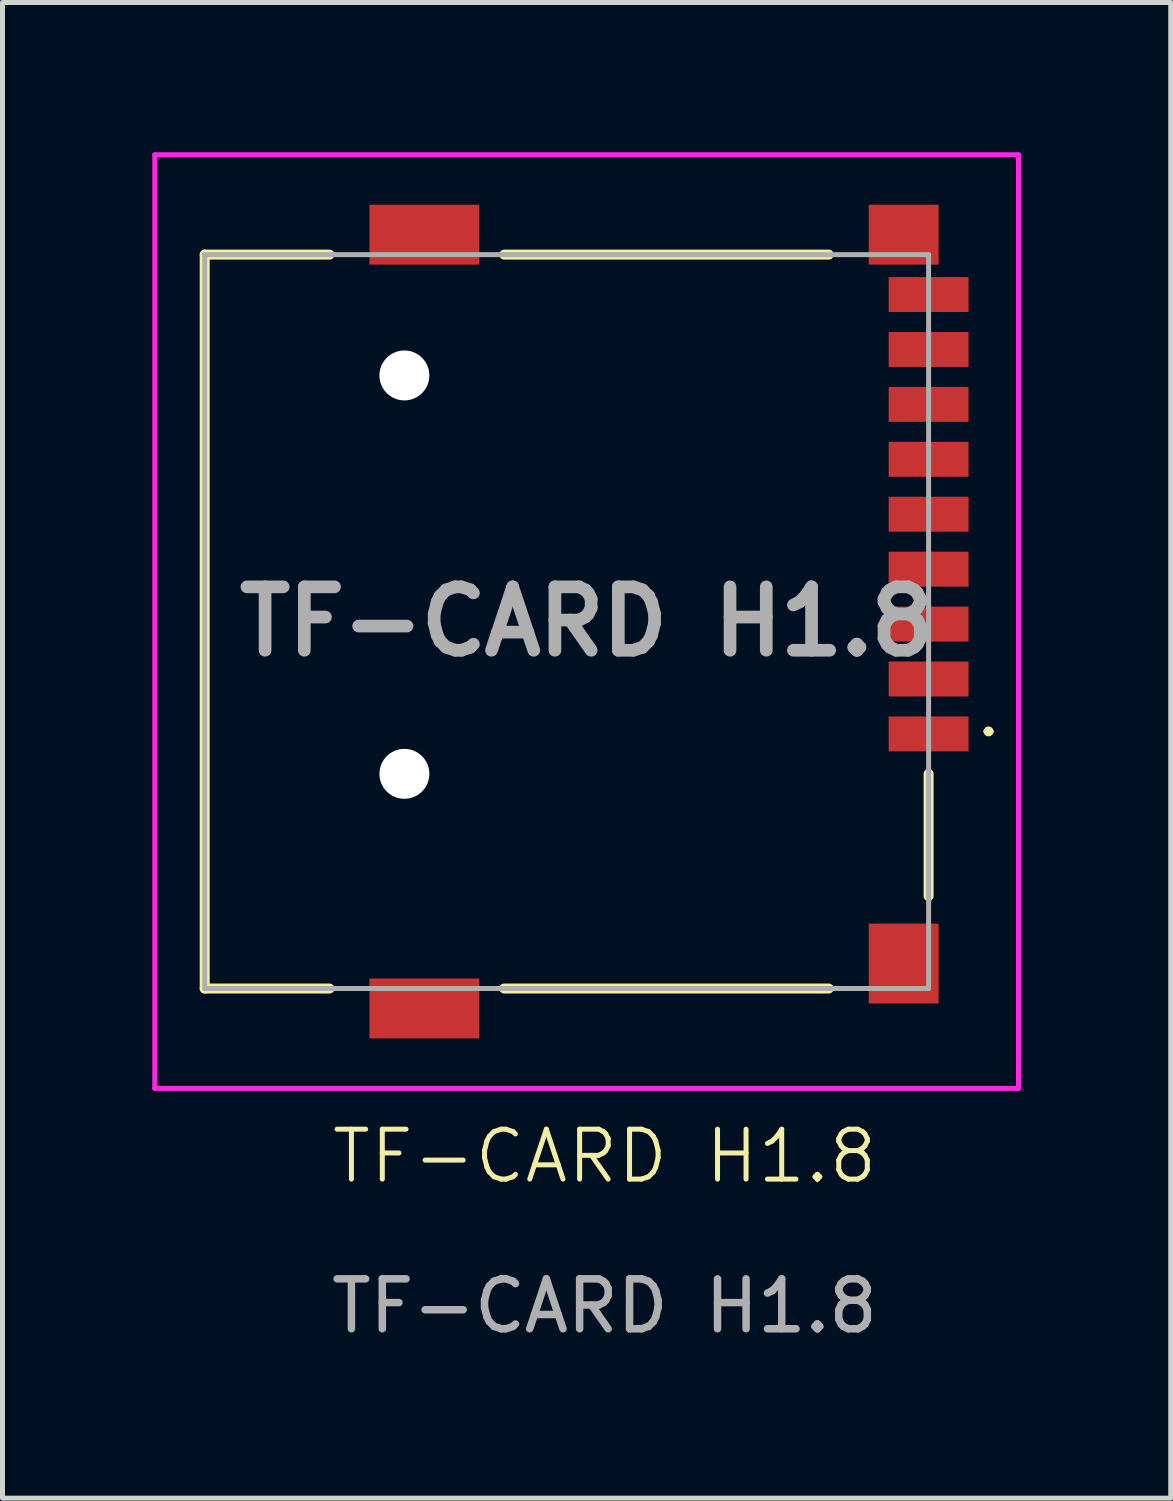
<source format=kicad_pcb>
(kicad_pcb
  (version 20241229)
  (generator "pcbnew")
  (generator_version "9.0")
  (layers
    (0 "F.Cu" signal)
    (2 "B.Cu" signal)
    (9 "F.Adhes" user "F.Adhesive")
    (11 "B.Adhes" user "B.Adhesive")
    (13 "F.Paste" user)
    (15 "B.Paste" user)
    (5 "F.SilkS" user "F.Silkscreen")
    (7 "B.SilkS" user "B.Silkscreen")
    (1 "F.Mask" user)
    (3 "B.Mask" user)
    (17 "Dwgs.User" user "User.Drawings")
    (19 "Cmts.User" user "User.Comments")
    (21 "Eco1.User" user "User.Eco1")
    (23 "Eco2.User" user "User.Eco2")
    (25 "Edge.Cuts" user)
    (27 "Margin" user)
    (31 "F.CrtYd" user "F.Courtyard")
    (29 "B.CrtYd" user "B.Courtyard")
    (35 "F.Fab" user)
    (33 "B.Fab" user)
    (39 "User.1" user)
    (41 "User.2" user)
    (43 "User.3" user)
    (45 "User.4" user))
  (footprint "TF-CARD H1.8"
    (layer "F.Cu")
    (at 9.06 20.61)
    (property "Reference" "TF-CARD H1.8" (at 0 -0.5 0) (unlocked yes) (layer "F.SilkS") (effects (font (size 1 1) (thickness 0.1))))
    (attr smd)
    (fp_line (start -8.01 -18.56) (end -8.01 -3.86) (stroke (width 0.2) (type solid)) (layer "F.SilkS"))
    (fp_line (start -8.01 -3.86) (end -5.51 -3.86) (stroke (width 0.2) (type solid)) (layer "F.SilkS"))
    (fp_line (start -5.51 -18.56) (end -8.01 -18.56) (stroke (width 0.2) (type solid)) (layer "F.SilkS"))
    (fp_line (start -2.01 -18.56) (end 4.49 -18.56) (stroke (width 0.2) (type solid)) (layer "F.SilkS"))
    (fp_line (start -2.01 -3.86) (end 4.49 -3.86) (stroke (width 0.2) (type solid)) (layer "F.SilkS"))
    (fp_line (start 6.49 -5.71) (end 6.49 -8.16) (stroke (width 0.2) (type solid)) (layer "F.SilkS"))
    (fp_line (start 7.64 -9.01) (end 7.64 -9.01) (stroke (width 0.1) (type solid)) (layer "F.SilkS"))
    (fp_line (start 7.74 -9.01) (end 7.74 -9.01) (stroke (width 0.1) (type solid)) (layer "F.SilkS"))
    (fp_arc (start 7.64 -9.01) (mid 7.69 -9.06) (end 7.74 -9.01) (stroke (width 0.1) (type solid)) (layer "F.SilkS"))
    (fp_arc (start 7.74 -9.01) (mid 7.69 -8.96) (end 7.64 -9.01) (stroke (width 0.1) (type solid)) (layer "F.SilkS"))
    (fp_line (start -9.01 -20.56) (end 8.29 -20.56) (stroke (width 0.1) (type solid)) (layer "F.CrtYd"))
    (fp_line (start -9.01 -1.86) (end -9.01 -20.56) (stroke (width 0.1) (type solid)) (layer "F.CrtYd"))
    (fp_line (start 8.29 -20.56) (end 8.29 -1.86) (stroke (width 0.1) (type solid)) (layer "F.CrtYd"))
    (fp_line (start 8.29 -1.86) (end -9.01 -1.86) (stroke (width 0.1) (type solid)) (layer "F.CrtYd"))
    (fp_line (start -8.01 -18.56) (end 6.49 -18.56) (stroke (width 0.1) (type solid)) (layer "F.Fab"))
    (fp_line (start -8.01 -3.86) (end -8.01 -18.56) (stroke (width 0.1) (type solid)) (layer "F.Fab"))
    (fp_line (start 6.49 -18.56) (end 6.49 -3.86) (stroke (width 0.1) (type solid)) (layer "F.Fab"))
    (fp_line (start 6.49 -3.86) (end -8.01 -3.86) (stroke (width 0.1) (type solid)) (layer "F.Fab"))
    (fp_text user "${REFERENCE}" (at -0.36 -11.21 180) (layer "F.Fab") (effects (font (size 1.27 1.27) (thickness 0.254))))
    (fp_text user "${REFERENCE}" (at 0 2.5 0) (unlocked yes) (layer "F.Fab") (effects (font (size 1 1) (thickness 0.15))))
    (pad "" np_thru_hole circle (at -4.01 -16.14) (size 1 1) (drill 1) (layers "*.Cu" "*.Mask"))
    (pad "" np_thru_hole circle (at -4.01 -8.16) (size 1 1) (drill 1) (layers "*.Cu" "*.Mask"))
    (pad "1" smd rect (at 6.49 -8.96 90) (size 0.7 1.6) (layers "F.Cu" "F.Mask" "F.Paste"))
    (pad "2" smd rect (at 6.49 -10.06 90) (size 0.7 1.6) (layers "F.Cu" "F.Mask" "F.Paste"))
    (pad "3" smd rect (at 6.49 -11.16 90) (size 0.7 1.6) (layers "F.Cu" "F.Mask" "F.Paste"))
    (pad "4" smd rect (at 6.49 -12.26 90) (size 0.7 1.6) (layers "F.Cu" "F.Mask" "F.Paste"))
    (pad "5" smd rect (at 6.49 -13.36 90) (size 0.7 1.6) (layers "F.Cu" "F.Mask" "F.Paste"))
    (pad "6" smd rect (at 6.49 -14.46 90) (size 0.7 1.6) (layers "F.Cu" "F.Mask" "F.Paste"))
    (pad "7" smd rect (at 6.49 -15.56 90) (size 0.7 1.6) (layers "F.Cu" "F.Mask" "F.Paste"))
    (pad "8" smd rect (at 6.49 -16.66 90) (size 0.7 1.6) (layers "F.Cu" "F.Mask" "F.Paste"))
    (pad "9" smd rect (at 6.49 -17.76 90) (size 0.7 1.6) (layers "F.Cu" "F.Mask" "F.Paste"))
    (pad "10" smd rect (at 5.99 -18.96 90) (size 1.2 1.4) (layers "F.Cu" "F.Mask" "F.Paste"))
    (pad "11" smd rect (at -3.61 -18.96 90) (size 1.2 2.2) (layers "F.Cu" "F.Mask" "F.Paste"))
    (pad "12" smd rect (at -3.61 -3.46 90) (size 1.2 2.2) (layers "F.Cu" "F.Mask" "F.Paste"))
    (pad "13" smd rect (at 5.99 -4.36) (size 1.4 1.6) (layers "F.Cu" "F.Mask" "F.Paste")))
  (gr_rect
    (start -3 -3)
    (end 20.4 26.958)
    (stroke (width 0.1) (type default))
    (fill no)
    (layer "Edge.Cuts")))
</source>
